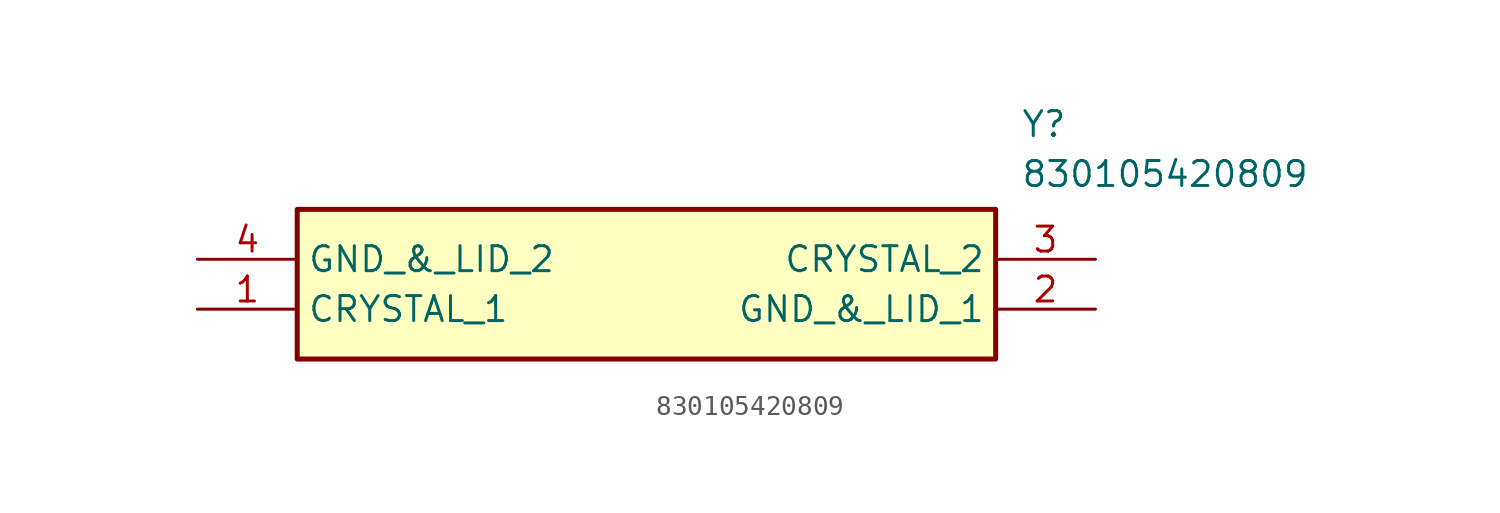
<source format=kicad_sym>
(kicad_symbol_lib
  (version 20211014)
  (generator SamacSys_ECAD_Model)
  (symbol "830105420809"
    (property "Reference" "Y"
      (at 41.91 7.62 0)
      (effects (font (size 1.27 1.27)) (justify left top)))
    (property "Value" "830105420809"
      (at 41.91 5.08 0)
      (effects (font (size 1.27 1.27)) (justify left top)))
    (rectangle
      (start 5.08 2.54)
      (end 40.64 -5.08)
      (stroke (width 0.254) (type default))
      (fill (type background)))
    (pin passive line
      (at 0 -2.54 0)
      (length 5.08)
      (name "CRYSTAL_1" (effects (font (size 1.27 1.27))))
      (number "1" (effects (font (size 1.27 1.27)))))
    (pin passive line
      (at 45.72 -2.54 180)
      (length 5.08)
      (name "GND_&_LID_1" (effects (font (size 1.27 1.27))))
      (number "2" (effects (font (size 1.27 1.27)))))
    (pin passive line
      (at 45.72 0 180)
      (length 5.08)
      (name "CRYSTAL_2" (effects (font (size 1.27 1.27))))
      (number "3" (effects (font (size 1.27 1.27)))))
    (pin passive line
      (at 0 0 0)
      (length 5.08)
      (name "GND_&_LID_2" (effects (font (size 1.27 1.27))))
      (number "4" (effects (font (size 1.27 1.27)))))))
</source>
